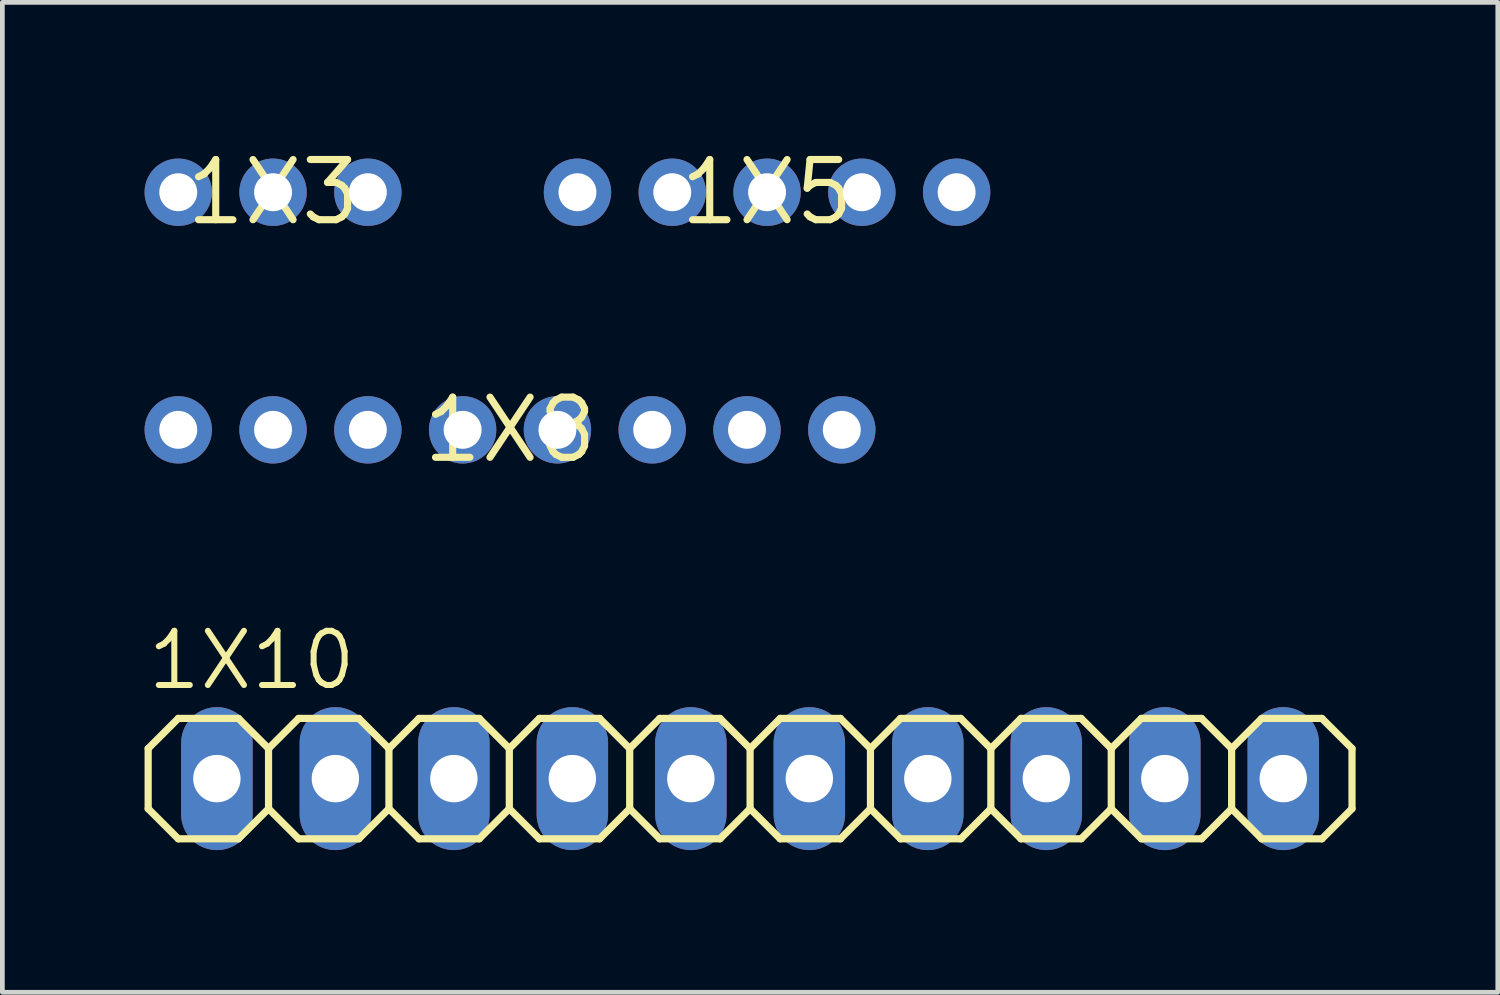
<source format=kicad_pcb>
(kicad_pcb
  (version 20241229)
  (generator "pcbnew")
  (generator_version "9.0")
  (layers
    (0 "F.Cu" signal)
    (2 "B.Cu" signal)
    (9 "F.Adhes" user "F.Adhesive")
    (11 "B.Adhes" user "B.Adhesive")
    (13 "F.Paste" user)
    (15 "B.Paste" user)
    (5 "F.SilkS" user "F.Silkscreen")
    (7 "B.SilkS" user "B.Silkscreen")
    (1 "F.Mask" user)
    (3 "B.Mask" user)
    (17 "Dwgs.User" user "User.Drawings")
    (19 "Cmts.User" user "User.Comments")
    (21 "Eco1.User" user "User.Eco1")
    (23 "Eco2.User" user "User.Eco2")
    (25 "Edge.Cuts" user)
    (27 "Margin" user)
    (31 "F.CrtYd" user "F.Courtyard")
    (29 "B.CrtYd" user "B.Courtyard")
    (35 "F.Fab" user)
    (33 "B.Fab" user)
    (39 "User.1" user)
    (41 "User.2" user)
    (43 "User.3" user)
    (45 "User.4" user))
  (footprint "1X10"
    (layer "F.Cu")
    (at 12.776 13.378)
    (property "Reference" "1X10" (at -12.776 -1.829 0) (layer "F.SilkS") (effects (font (size 1.143 1.143) (thickness 0.127)) (justify left bottom)))
    (fp_line (start -12.7 -0.635) (end -12.7 0.635) (stroke (width 0.152) (type solid)) (layer "F.SilkS"))
    (fp_line (start -12.7 0.635) (end -12.065 1.27) (stroke (width 0.152) (type solid)) (layer "F.SilkS"))
    (fp_line (start -12.065 -1.27) (end -12.7 -0.635) (stroke (width 0.152) (type solid)) (layer "F.SilkS"))
    (fp_line (start -12.065 -1.27) (end -10.795 -1.27) (stroke (width 0.152) (type solid)) (layer "F.SilkS"))
    (fp_line (start -10.795 -1.27) (end -10.16 -0.635) (stroke (width 0.152) (type solid)) (layer "F.SilkS"))
    (fp_line (start -10.795 1.27) (end -12.065 1.27) (stroke (width 0.152) (type solid)) (layer "F.SilkS"))
    (fp_line (start -10.16 -0.635) (end -10.16 0.635) (stroke (width 0.152) (type solid)) (layer "F.SilkS"))
    (fp_line (start -10.16 -0.635) (end -9.525 -1.27) (stroke (width 0.152) (type solid)) (layer "F.SilkS"))
    (fp_line (start -10.16 0.635) (end -10.795 1.27) (stroke (width 0.152) (type solid)) (layer "F.SilkS"))
    (fp_line (start -9.525 -1.27) (end -8.255 -1.27) (stroke (width 0.152) (type solid)) (layer "F.SilkS"))
    (fp_line (start -9.525 1.27) (end -10.16 0.635) (stroke (width 0.152) (type solid)) (layer "F.SilkS"))
    (fp_line (start -8.255 -1.27) (end -7.62 -0.635) (stroke (width 0.152) (type solid)) (layer "F.SilkS"))
    (fp_line (start -8.255 1.27) (end -9.525 1.27) (stroke (width 0.152) (type solid)) (layer "F.SilkS"))
    (fp_line (start -7.62 -0.635) (end -7.62 0.635) (stroke (width 0.152) (type solid)) (layer "F.SilkS"))
    (fp_line (start -7.62 -0.635) (end -6.985 -1.27) (stroke (width 0.152) (type solid)) (layer "F.SilkS"))
    (fp_line (start -7.62 0.635) (end -8.255 1.27) (stroke (width 0.152) (type solid)) (layer "F.SilkS"))
    (fp_line (start -6.985 -1.27) (end -5.715 -1.27) (stroke (width 0.152) (type solid)) (layer "F.SilkS"))
    (fp_line (start -6.985 1.27) (end -7.62 0.635) (stroke (width 0.152) (type solid)) (layer "F.SilkS"))
    (fp_line (start -5.715 -1.27) (end -5.08 -0.635) (stroke (width 0.152) (type solid)) (layer "F.SilkS"))
    (fp_line (start -5.715 1.27) (end -6.985 1.27) (stroke (width 0.152) (type solid)) (layer "F.SilkS"))
    (fp_line (start -5.08 -0.635) (end -5.08 0.635) (stroke (width 0.152) (type solid)) (layer "F.SilkS"))
    (fp_line (start -5.08 0.635) (end -5.715 1.27) (stroke (width 0.152) (type solid)) (layer "F.SilkS"))
    (fp_line (start -5.08 0.635) (end -4.445 1.27) (stroke (width 0.152) (type solid)) (layer "F.SilkS"))
    (fp_line (start -4.445 -1.27) (end -5.08 -0.635) (stroke (width 0.152) (type solid)) (layer "F.SilkS"))
    (fp_line (start -4.445 -1.27) (end -3.175 -1.27) (stroke (width 0.152) (type solid)) (layer "F.SilkS"))
    (fp_line (start -3.175 -1.27) (end -2.54 -0.635) (stroke (width 0.152) (type solid)) (layer "F.SilkS"))
    (fp_line (start -3.175 1.27) (end -4.445 1.27) (stroke (width 0.152) (type solid)) (layer "F.SilkS"))
    (fp_line (start -2.54 -0.635) (end -2.54 0.635) (stroke (width 0.152) (type solid)) (layer "F.SilkS"))
    (fp_line (start -2.54 -0.635) (end -1.905 -1.27) (stroke (width 0.152) (type solid)) (layer "F.SilkS"))
    (fp_line (start -2.54 0.635) (end -3.175 1.27) (stroke (width 0.152) (type solid)) (layer "F.SilkS"))
    (fp_line (start -1.905 -1.27) (end -0.635 -1.27) (stroke (width 0.152) (type solid)) (layer "F.SilkS"))
    (fp_line (start -1.905 1.27) (end -2.54 0.635) (stroke (width 0.152) (type solid)) (layer "F.SilkS"))
    (fp_line (start -0.635 -1.27) (end 0 -0.635) (stroke (width 0.152) (type solid)) (layer "F.SilkS"))
    (fp_line (start -0.635 1.27) (end -1.905 1.27) (stroke (width 0.152) (type solid)) (layer "F.SilkS"))
    (fp_line (start 0 -0.635) (end 0 0.635) (stroke (width 0.152) (type solid)) (layer "F.SilkS"))
    (fp_line (start 0 -0.635) (end 0.635 -1.27) (stroke (width 0.152) (type solid)) (layer "F.SilkS"))
    (fp_line (start 0 0.635) (end -0.635 1.27) (stroke (width 0.152) (type solid)) (layer "F.SilkS"))
    (fp_line (start 0.635 -1.27) (end 1.905 -1.27) (stroke (width 0.152) (type solid)) (layer "F.SilkS"))
    (fp_line (start 0.635 1.27) (end 0 0.635) (stroke (width 0.152) (type solid)) (layer "F.SilkS"))
    (fp_line (start 1.905 -1.27) (end 2.54 -0.635) (stroke (width 0.152) (type solid)) (layer "F.SilkS"))
    (fp_line (start 1.905 1.27) (end 0.635 1.27) (stroke (width 0.152) (type solid)) (layer "F.SilkS"))
    (fp_line (start 2.54 -0.635) (end 2.54 0.635) (stroke (width 0.152) (type solid)) (layer "F.SilkS"))
    (fp_line (start 2.54 0.635) (end 1.905 1.27) (stroke (width 0.152) (type solid)) (layer "F.SilkS"))
    (fp_line (start 2.54 0.635) (end 3.175 1.27) (stroke (width 0.152) (type solid)) (layer "F.SilkS"))
    (fp_line (start 3.175 -1.27) (end 2.54 -0.635) (stroke (width 0.152) (type solid)) (layer "F.SilkS"))
    (fp_line (start 3.175 -1.27) (end 4.445 -1.27) (stroke (width 0.152) (type solid)) (layer "F.SilkS"))
    (fp_line (start 4.445 -1.27) (end 5.08 -0.635) (stroke (width 0.152) (type solid)) (layer "F.SilkS"))
    (fp_line (start 4.445 1.27) (end 3.175 1.27) (stroke (width 0.152) (type solid)) (layer "F.SilkS"))
    (fp_line (start 5.08 -0.635) (end 5.08 0.635) (stroke (width 0.152) (type solid)) (layer "F.SilkS"))
    (fp_line (start 5.08 -0.635) (end 5.715 -1.27) (stroke (width 0.152) (type solid)) (layer "F.SilkS"))
    (fp_line (start 5.08 0.635) (end 4.445 1.27) (stroke (width 0.152) (type solid)) (layer "F.SilkS"))
    (fp_line (start 5.715 -1.27) (end 6.985 -1.27) (stroke (width 0.152) (type solid)) (layer "F.SilkS"))
    (fp_line (start 5.715 1.27) (end 5.08 0.635) (stroke (width 0.152) (type solid)) (layer "F.SilkS"))
    (fp_line (start 6.985 -1.27) (end 7.62 -0.635) (stroke (width 0.152) (type solid)) (layer "F.SilkS"))
    (fp_line (start 6.985 1.27) (end 5.715 1.27) (stroke (width 0.152) (type solid)) (layer "F.SilkS"))
    (fp_line (start 7.62 -0.635) (end 7.62 0.635) (stroke (width 0.152) (type solid)) (layer "F.SilkS"))
    (fp_line (start 7.62 -0.635) (end 8.255 -1.27) (stroke (width 0.152) (type solid)) (layer "F.SilkS"))
    (fp_line (start 7.62 0.635) (end 6.985 1.27) (stroke (width 0.152) (type solid)) (layer "F.SilkS"))
    (fp_line (start 8.255 -1.27) (end 9.525 -1.27) (stroke (width 0.152) (type solid)) (layer "F.SilkS"))
    (fp_line (start 8.255 1.27) (end 7.62 0.635) (stroke (width 0.152) (type solid)) (layer "F.SilkS"))
    (fp_line (start 9.525 -1.27) (end 10.16 -0.635) (stroke (width 0.152) (type solid)) (layer "F.SilkS"))
    (fp_line (start 9.525 1.27) (end 8.255 1.27) (stroke (width 0.152) (type solid)) (layer "F.SilkS"))
    (fp_line (start 10.16 -0.635) (end 10.16 0.635) (stroke (width 0.152) (type solid)) (layer "F.SilkS"))
    (fp_line (start 10.16 0.635) (end 9.525 1.27) (stroke (width 0.152) (type solid)) (layer "F.SilkS"))
    (fp_line (start 10.16 0.635) (end 10.795 1.27) (stroke (width 0.152) (type solid)) (layer "F.SilkS"))
    (fp_line (start 10.795 -1.27) (end 10.16 -0.635) (stroke (width 0.152) (type solid)) (layer "F.SilkS"))
    (fp_line (start 10.795 -1.27) (end 12.065 -1.27) (stroke (width 0.152) (type solid)) (layer "F.SilkS"))
    (fp_line (start 12.065 -1.27) (end 12.7 -0.635) (stroke (width 0.152) (type solid)) (layer "F.SilkS"))
    (fp_line (start 12.065 1.27) (end 10.795 1.27) (stroke (width 0.152) (type solid)) (layer "F.SilkS"))
    (fp_line (start 12.7 -0.635) (end 12.7 0.635) (stroke (width 0.152) (type solid)) (layer "F.SilkS"))
    (fp_line (start 12.7 0.635) (end 12.065 1.27) (stroke (width 0.152) (type solid)) (layer "F.SilkS"))
    (fp_poly (pts (xy -11.5 0.25) (xy -11 0.25) (xy -11 -0.25) (xy -11.5 -0.25)) (stroke (width 0.1) (type solid)) (fill no) (layer "F.Fab"))
    (fp_poly (pts (xy -9 0.25) (xy -8.5 0.25) (xy -8.5 -0.25) (xy -9 -0.25)) (stroke (width 0.1) (type solid)) (fill no) (layer "F.Fab"))
    (fp_poly (pts (xy -9 0.25) (xy -8.5 0.25) (xy -8.5 -0.25) (xy -9 -0.25)) (stroke (width 0.1) (type solid)) (fill no) (layer "F.Fab"))
    (fp_poly (pts (xy -9 0.25) (xy -8.5 0.25) (xy -8.5 -0.25) (xy -9 -0.25)) (stroke (width 0.1) (type solid)) (fill no) (layer "F.Fab"))
    (fp_poly (pts (xy -9 0.25) (xy -8.5 0.25) (xy -8.5 -0.25) (xy -9 -0.25)) (stroke (width 0.1) (type solid)) (fill no) (layer "F.Fab"))
    (fp_poly (pts (xy -6.5 0.25) (xy -6 0.25) (xy -6 -0.25) (xy -6.5 -0.25)) (stroke (width 0.1) (type solid)) (fill no) (layer "F.Fab"))
    (fp_poly (pts (xy -4 0.25) (xy -3.5 0.25) (xy -3.5 -0.25) (xy -4 -0.25)) (stroke (width 0.1) (type solid)) (fill no) (layer "F.Fab"))
    (fp_poly (pts (xy -4 0.25) (xy -3.5 0.25) (xy -3.5 -0.25) (xy -4 -0.25)) (stroke (width 0.1) (type solid)) (fill no) (layer "F.Fab"))
    (fp_poly (pts (xy -1.5 0.25) (xy -1 0.25) (xy -1 -0.25) (xy -1.5 -0.25)) (stroke (width 0.1) (type solid)) (fill no) (layer "F.Fab"))
    (fp_poly (pts (xy 1 0.25) (xy 1.5 0.25) (xy 1.5 -0.25) (xy 1 -0.25)) (stroke (width 0.1) (type solid)) (fill no) (layer "F.Fab"))
    (fp_poly (pts (xy 3.5 0.25) (xy 4 0.25) (xy 4 -0.25) (xy 3.5 -0.25)) (stroke (width 0.1) (type solid)) (fill no) (layer "F.Fab"))
    (fp_poly (pts (xy 6 0.25) (xy 6.5 0.25) (xy 6.5 -0.25) (xy 6 -0.25)) (stroke (width 0.1) (type solid)) (fill no) (layer "F.Fab"))
    (fp_poly (pts (xy 8.5 0.25) (xy 9 0.25) (xy 9 -0.25) (xy 8.5 -0.25)) (stroke (width 0.1) (type solid)) (fill no) (layer "F.Fab"))
    (fp_poly (pts (xy 11 0.25) (xy 11.5 0.25) (xy 11.5 -0.25) (xy 11 -0.25)) (stroke (width 0.1) (type solid)) (fill no) (layer "F.Fab"))
    (pad "1" thru_hole oval (at -11.25 0 90) (size 3.016 1.508) (drill 1) (layers "*.Cu" "*.Mask"))
    (pad "2" thru_hole oval (at -8.75 0 90) (size 3.016 1.508) (drill 1) (layers "*.Cu" "*.Mask"))
    (pad "3" thru_hole oval (at -6.25 0 90) (size 3.016 1.508) (drill 1) (layers "*.Cu" "*.Mask"))
    (pad "4" thru_hole oval (at -3.75 0 90) (size 3.016 1.508) (drill 1) (layers "*.Cu" "*.Mask"))
    (pad "5" thru_hole oval (at -1.25 0 90) (size 3.016 1.508) (drill 1) (layers "*.Cu" "*.Mask"))
    (pad "6" thru_hole oval (at 1.25 0 90) (size 3.016 1.508) (drill 1) (layers "*.Cu" "*.Mask"))
    (pad "7" thru_hole oval (at 3.75 0 90) (size 3.016 1.508) (drill 1) (layers "*.Cu" "*.Mask"))
    (pad "8" thru_hole oval (at 6.25 0 90) (size 3.016 1.508) (drill 1) (layers "*.Cu" "*.Mask"))
    (pad "9" thru_hole oval (at 8.75 0 90) (size 3.016 1.508) (drill 1) (layers "*.Cu" "*.Mask"))
    (pad "10" thru_hole oval (at 11.25 0 90) (size 3.016 1.508) (drill 1) (layers "*.Cu" "*.Mask")))
  (footprint "1X5"
    (layer "F.Cu")
    (at 13.134 1.006)
    (property "Reference" "1X5" (at 0 0 0) (layer "F.SilkS") (effects (font (size 1.27 1.27) (thickness 0.15))))
    (fp_poly (pts (xy -4.254 0.254) (xy -3.746 0.254) (xy -3.746 -0.254) (xy -4.254 -0.254)) (stroke (width 0) (type solid)) (fill yes) (layer "F.SilkS"))
    (fp_poly (pts (xy -2.254 0.254) (xy -1.746 0.254) (xy -1.746 -0.254) (xy -2.254 -0.254)) (stroke (width 0) (type solid)) (fill yes) (layer "F.SilkS"))
    (fp_poly (pts (xy -0.254 0.254) (xy 0.254 0.254) (xy 0.254 -0.254) (xy -0.254 -0.254)) (stroke (width 0) (type solid)) (fill yes) (layer "F.SilkS"))
    (fp_poly (pts (xy 1.746 0.254) (xy 2.254 0.254) (xy 2.254 -0.254) (xy 1.746 -0.254)) (stroke (width 0) (type solid)) (fill yes) (layer "F.SilkS"))
    (fp_poly (pts (xy 3.746 0.254) (xy 4.254 0.254) (xy 4.254 -0.254) (xy 3.746 -0.254)) (stroke (width 0) (type solid)) (fill yes) (layer "F.SilkS"))
    (pad "1" thru_hole circle (at -4 0) (size 1.422 1.422) (drill 0.8) (layers "*.Cu" "*.Mask"))
    (pad "2" thru_hole circle (at -2 0) (size 1.422 1.422) (drill 0.8) (layers "*.Cu" "*.Mask"))
    (pad "3" thru_hole circle (at 0 0) (size 1.422 1.422) (drill 0.8) (layers "*.Cu" "*.Mask"))
    (pad "4" thru_hole circle (at 2 0) (size 1.422 1.422) (drill 0.8) (layers "*.Cu" "*.Mask"))
    (pad "5" thru_hole circle (at 4 0) (size 1.422 1.422) (drill 0.8) (layers "*.Cu" "*.Mask")))
  (footprint "1X8"
    (layer "F.Cu")
    (at 7.711 6.019)
    (property "Reference" "1X8" (at 0 0 0) (layer "F.SilkS") (effects (font (size 1.27 1.27) (thickness 0.15))))
    (fp_poly (pts (xy -7.254 0.254) (xy -6.746 0.254) (xy -6.746 -0.254) (xy -7.254 -0.254)) (stroke (width 0) (type solid)) (fill yes) (layer "F.SilkS"))
    (fp_poly (pts (xy -5.254 0.254) (xy -4.746 0.254) (xy -4.746 -0.254) (xy -5.254 -0.254)) (stroke (width 0) (type solid)) (fill yes) (layer "F.SilkS"))
    (fp_poly (pts (xy -3.254 0.254) (xy -2.746 0.254) (xy -2.746 -0.254) (xy -3.254 -0.254)) (stroke (width 0) (type solid)) (fill yes) (layer "F.SilkS"))
    (fp_poly (pts (xy -1.254 0.254) (xy -0.746 0.254) (xy -0.746 -0.254) (xy -1.254 -0.254)) (stroke (width 0) (type solid)) (fill yes) (layer "F.SilkS"))
    (fp_poly (pts (xy 0.746 0.254) (xy 1.254 0.254) (xy 1.254 -0.254) (xy 0.746 -0.254)) (stroke (width 0) (type solid)) (fill yes) (layer "F.SilkS"))
    (fp_poly (pts (xy 2.746 0.254) (xy 3.254 0.254) (xy 3.254 -0.254) (xy 2.746 -0.254)) (stroke (width 0) (type solid)) (fill yes) (layer "F.SilkS"))
    (fp_poly (pts (xy 4.746 0.254) (xy 5.254 0.254) (xy 5.254 -0.254) (xy 4.746 -0.254)) (stroke (width 0) (type solid)) (fill yes) (layer "F.SilkS"))
    (fp_poly (pts (xy 6.746 0.254) (xy 7.254 0.254) (xy 7.254 -0.254) (xy 6.746 -0.254)) (stroke (width 0) (type solid)) (fill yes) (layer "F.SilkS"))
    (pad "1" thru_hole circle (at -7 0) (size 1.422 1.422) (drill 0.8) (layers "*.Cu" "*.Mask"))
    (pad "2" thru_hole circle (at -5 0) (size 1.422 1.422) (drill 0.8) (layers "*.Cu" "*.Mask"))
    (pad "3" thru_hole circle (at -3 0) (size 1.422 1.422) (drill 0.8) (layers "*.Cu" "*.Mask"))
    (pad "4" thru_hole circle (at -1 0) (size 1.422 1.422) (drill 0.8) (layers "*.Cu" "*.Mask"))
    (pad "5" thru_hole circle (at 1 0) (size 1.422 1.422) (drill 0.8) (layers "*.Cu" "*.Mask"))
    (pad "6" thru_hole circle (at 3 0) (size 1.422 1.422) (drill 0.8) (layers "*.Cu" "*.Mask"))
    (pad "7" thru_hole circle (at 5 0) (size 1.422 1.422) (drill 0.8) (layers "*.Cu" "*.Mask"))
    (pad "8" thru_hole circle (at 7 0) (size 1.422 1.422) (drill 0.8) (layers "*.Cu" "*.Mask")))
  (footprint "1X3"
    (layer "F.Cu")
    (at 2.711 1.006)
    (property "Reference" "1X3" (at 0 0 0) (layer "F.SilkS") (effects (font (size 1.27 1.27) (thickness 0.15))))
    (fp_poly (pts (xy -2.254 0.254) (xy -1.746 0.254) (xy -1.746 -0.254) (xy -2.254 -0.254)) (stroke (width 0) (type solid)) (fill yes) (layer "F.SilkS"))
    (fp_poly (pts (xy -0.254 0.254) (xy 0.254 0.254) (xy 0.254 -0.254) (xy -0.254 -0.254)) (stroke (width 0) (type solid)) (fill yes) (layer "F.SilkS"))
    (fp_poly (pts (xy 1.746 0.254) (xy 2.254 0.254) (xy 2.254 -0.254) (xy 1.746 -0.254)) (stroke (width 0) (type solid)) (fill yes) (layer "F.SilkS"))
    (pad "1" thru_hole circle (at -2 0) (size 1.422 1.422) (drill 0.8) (layers "*.Cu" "*.Mask"))
    (pad "2" thru_hole circle (at 0 0) (size 1.422 1.422) (drill 0.8) (layers "*.Cu" "*.Mask"))
    (pad "3" thru_hole circle (at 2 0) (size 1.422 1.422) (drill 0.8) (layers "*.Cu" "*.Mask")))
  (gr_rect
    (start -3 -3)
    (end 28.552 17.886)
    (stroke (width 0.1) (type default))
    (fill no)
    (layer "Edge.Cuts")))
</source>
